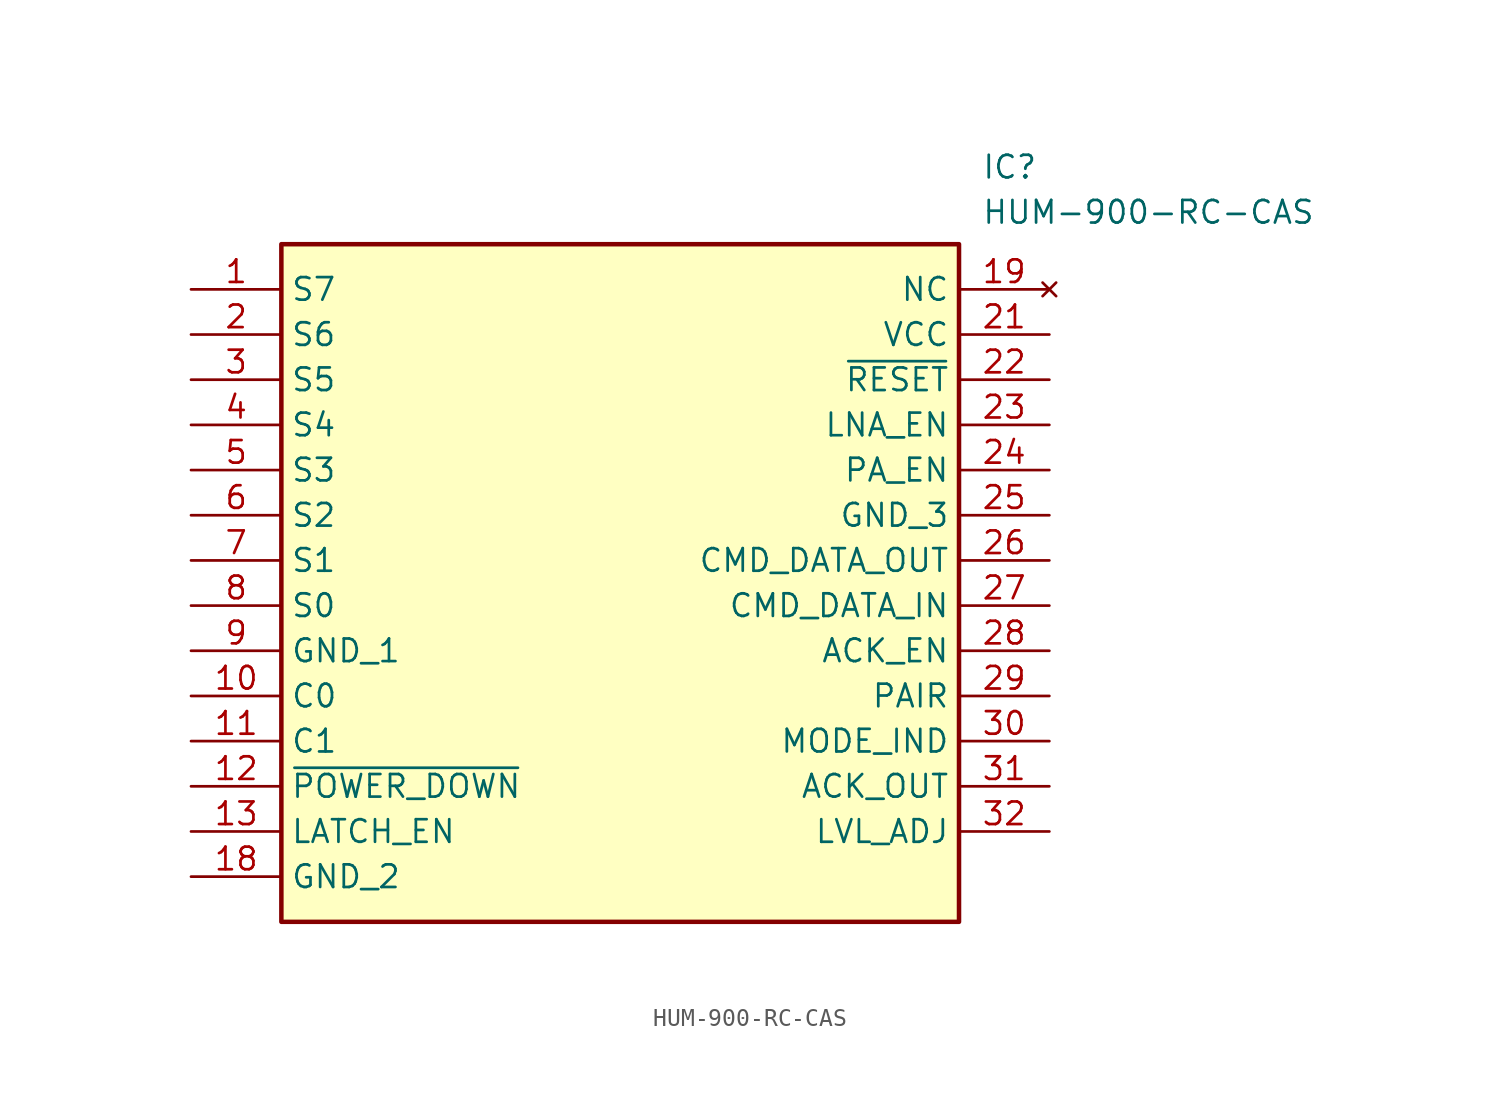
<source format=kicad_sym>
(kicad_symbol_lib
  (version 20211014)
  (generator SamacSys_ECAD_Model)
  (symbol "HUM-900-RC-CAS"
    (property "Reference" "IC"
      (at 44.45 7.62 0)
      (effects (font (size 1.27 1.27)) (justify left top)))
    (property "Value" "HUM-900-RC-CAS"
      (at 44.45 5.08 0)
      (effects (font (size 1.27 1.27)) (justify left top)))
    (rectangle
      (start 5.08 2.54)
      (end 43.18 -35.56)
      (stroke (width 0.254) (type default))
      (fill (type background)))
    (pin passive line
      (at 0 0 0)
      (length 5.08)
      (name "S7" (effects (font (size 1.27 1.27))))
      (number "1" (effects (font (size 1.27 1.27)))))
    (pin passive line
      (at 0 -2.54 0)
      (length 5.08)
      (name "S6" (effects (font (size 1.27 1.27))))
      (number "2" (effects (font (size 1.27 1.27)))))
    (pin passive line
      (at 0 -5.08 0)
      (length 5.08)
      (name "S5" (effects (font (size 1.27 1.27))))
      (number "3" (effects (font (size 1.27 1.27)))))
    (pin passive line
      (at 0 -7.62 0)
      (length 5.08)
      (name "S4" (effects (font (size 1.27 1.27))))
      (number "4" (effects (font (size 1.27 1.27)))))
    (pin passive line
      (at 0 -10.16 0)
      (length 5.08)
      (name "S3" (effects (font (size 1.27 1.27))))
      (number "5" (effects (font (size 1.27 1.27)))))
    (pin passive line
      (at 0 -12.7 0)
      (length 5.08)
      (name "S2" (effects (font (size 1.27 1.27))))
      (number "6" (effects (font (size 1.27 1.27)))))
    (pin passive line
      (at 0 -15.24 0)
      (length 5.08)
      (name "S1" (effects (font (size 1.27 1.27))))
      (number "7" (effects (font (size 1.27 1.27)))))
    (pin passive line
      (at 0 -17.78 0)
      (length 5.08)
      (name "S0" (effects (font (size 1.27 1.27))))
      (number "8" (effects (font (size 1.27 1.27)))))
    (pin passive line
      (at 0 -20.32 0)
      (length 5.08)
      (name "GND_1" (effects (font (size 1.27 1.27))))
      (number "9" (effects (font (size 1.27 1.27)))))
    (pin passive line
      (at 0 -22.86 0)
      (length 5.08)
      (name "C0" (effects (font (size 1.27 1.27))))
      (number "10" (effects (font (size 1.27 1.27)))))
    (pin passive line
      (at 0 -25.4 0)
      (length 5.08)
      (name "C1" (effects (font (size 1.27 1.27))))
      (number "11" (effects (font (size 1.27 1.27)))))
    (pin passive line
      (at 0 -27.94 0)
      (length 5.08)
      (name "~{POWER_DOWN}" (effects (font (size 1.27 1.27))))
      (number "12" (effects (font (size 1.27 1.27)))))
    (pin passive line
      (at 0 -30.48 0)
      (length 5.08)
      (name "LATCH_EN" (effects (font (size 1.27 1.27))))
      (number "13" (effects (font (size 1.27 1.27)))))
    (pin passive line
      (at 0 -33.02 0)
      (length 5.08)
      (name "GND_2" (effects (font (size 1.27 1.27))))
      (number "18" (effects (font (size 1.27 1.27)))))
    (pin no_connect line
      (at 48.26 0 180)
      (length 5.08)
      (name "NC" (effects (font (size 1.27 1.27))))
      (number "19" (effects (font (size 1.27 1.27)))))
    (pin passive line
      (at 48.26 -2.54 180)
      (length 5.08)
      (name "VCC" (effects (font (size 1.27 1.27))))
      (number "21" (effects (font (size 1.27 1.27)))))
    (pin passive line
      (at 48.26 -5.08 180)
      (length 5.08)
      (name "~{RESET}" (effects (font (size 1.27 1.27))))
      (number "22" (effects (font (size 1.27 1.27)))))
    (pin passive line
      (at 48.26 -7.62 180)
      (length 5.08)
      (name "LNA_EN" (effects (font (size 1.27 1.27))))
      (number "23" (effects (font (size 1.27 1.27)))))
    (pin passive line
      (at 48.26 -10.16 180)
      (length 5.08)
      (name "PA_EN" (effects (font (size 1.27 1.27))))
      (number "24" (effects (font (size 1.27 1.27)))))
    (pin passive line
      (at 48.26 -12.7 180)
      (length 5.08)
      (name "GND_3" (effects (font (size 1.27 1.27))))
      (number "25" (effects (font (size 1.27 1.27)))))
    (pin passive line
      (at 48.26 -15.24 180)
      (length 5.08)
      (name "CMD_DATA_OUT" (effects (font (size 1.27 1.27))))
      (number "26" (effects (font (size 1.27 1.27)))))
    (pin passive line
      (at 48.26 -17.78 180)
      (length 5.08)
      (name "CMD_DATA_IN" (effects (font (size 1.27 1.27))))
      (number "27" (effects (font (size 1.27 1.27)))))
    (pin passive line
      (at 48.26 -20.32 180)
      (length 5.08)
      (name "ACK_EN" (effects (font (size 1.27 1.27))))
      (number "28" (effects (font (size 1.27 1.27)))))
    (pin passive line
      (at 48.26 -22.86 180)
      (length 5.08)
      (name "PAIR" (effects (font (size 1.27 1.27))))
      (number "29" (effects (font (size 1.27 1.27)))))
    (pin passive line
      (at 48.26 -25.4 180)
      (length 5.08)
      (name "MODE_IND" (effects (font (size 1.27 1.27))))
      (number "30" (effects (font (size 1.27 1.27)))))
    (pin passive line
      (at 48.26 -27.94 180)
      (length 5.08)
      (name "ACK_OUT" (effects (font (size 1.27 1.27))))
      (number "31" (effects (font (size 1.27 1.27)))))
    (pin passive line
      (at 48.26 -30.48 180)
      (length 5.08)
      (name "LVL_ADJ" (effects (font (size 1.27 1.27))))
      (number "32" (effects (font (size 1.27 1.27)))))))
</source>
